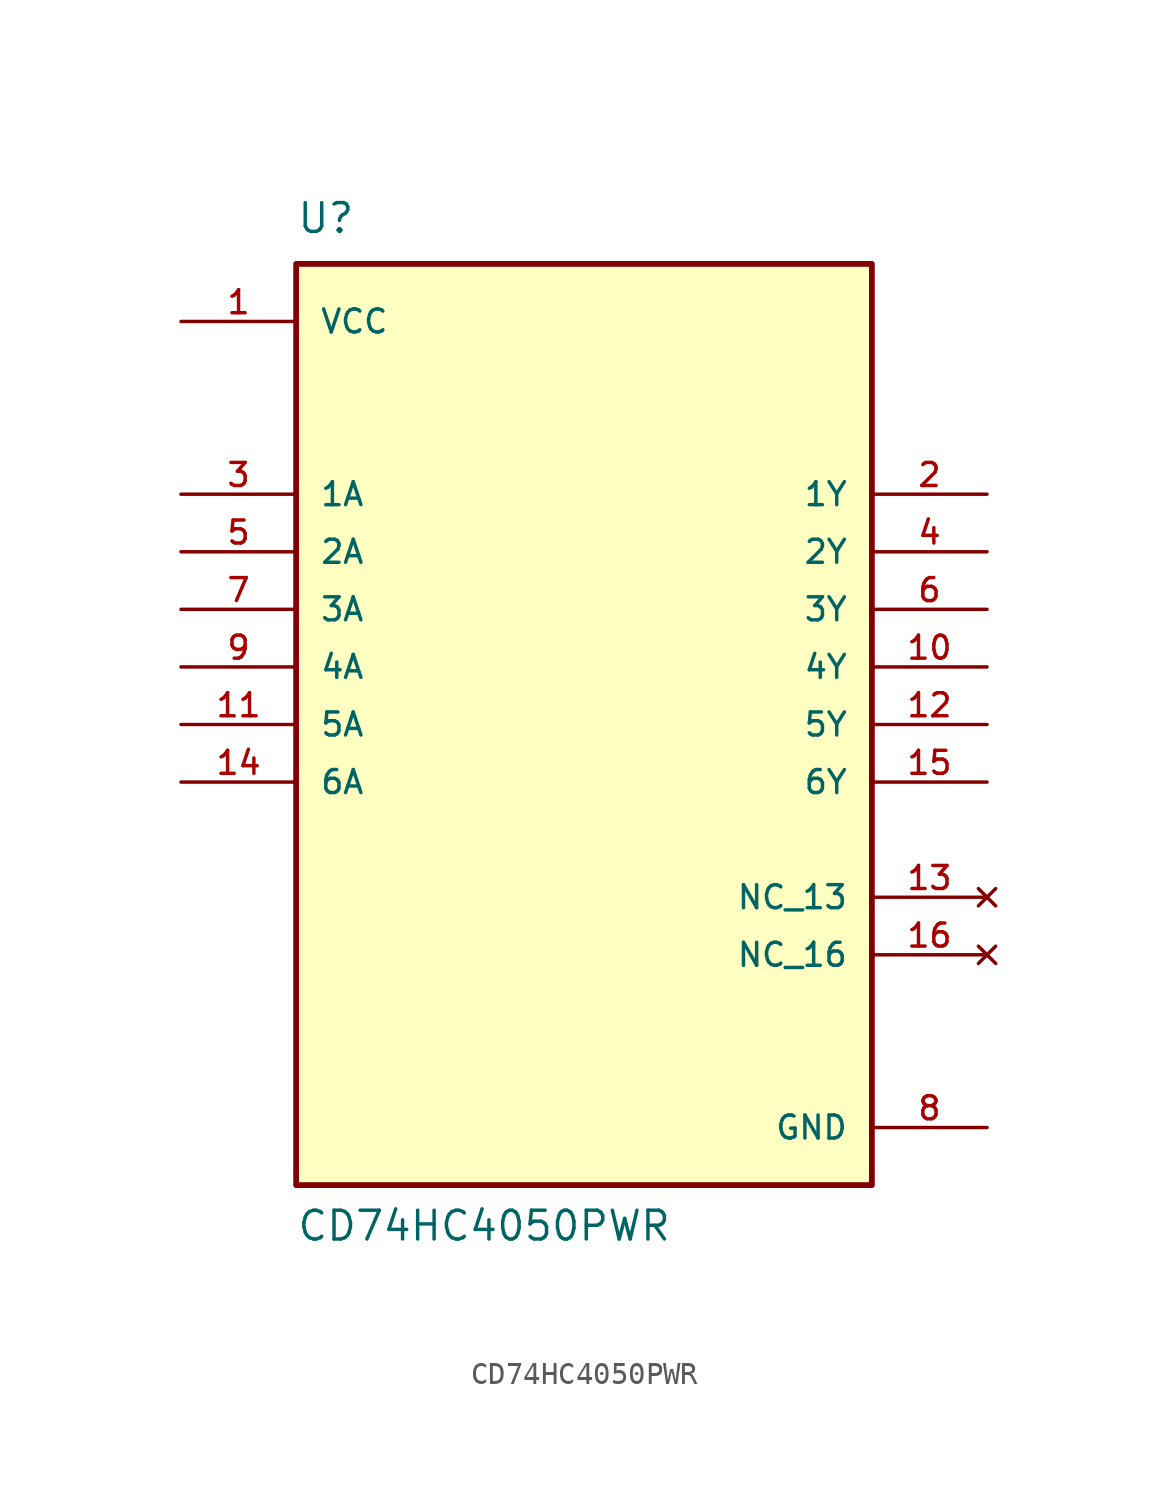
<source format=kicad_sym>
(kicad_symbol_lib
  (version 20211014)
  (generator kicad_symbol_editor)
  (symbol "CD74HC4050PWR"
    (pin_names
      (offset 1.016))
    (property "Reference" "U"
      (at -12.7 21.59 0.0)
      (effects (font (size 1.27 1.27)) (justify bottom left)))
    (property "Value" "CD74HC4050PWR"
      (at -12.7 -22.86 0.0)
      (effects (font (size 1.27 1.27)) (justify bottom left)))
    (symbol "CD74HC4050PWR_0_0"
      (rectangle (start -12.7 -20.32) (end 12.7 20.32) (stroke (width 0.254)) (fill (type background)))
      (pin input line (at -17.78 10.16 0) (length 5.08) (name "1A" (effects (font (size 1.016 1.016)))) (number "3" (effects (font (size 1.016 1.016)))))
      (pin output line (at 17.78 10.16 180.0) (length 5.08) (name "1Y" (effects (font (size 1.016 1.016)))) (number "2" (effects (font (size 1.016 1.016)))))
      (pin input line (at -17.78 7.62 0) (length 5.08) (name "2A" (effects (font (size 1.016 1.016)))) (number "5" (effects (font (size 1.016 1.016)))))
      (pin output line (at 17.78 7.62 180.0) (length 5.08) (name "2Y" (effects (font (size 1.016 1.016)))) (number "4" (effects (font (size 1.016 1.016)))))
      (pin input line (at -17.78 5.08 0) (length 5.08) (name "3A" (effects (font (size 1.016 1.016)))) (number "7" (effects (font (size 1.016 1.016)))))
      (pin output line (at 17.78 5.08 180.0) (length 5.08) (name "3Y" (effects (font (size 1.016 1.016)))) (number "6" (effects (font (size 1.016 1.016)))))
      (pin input line (at -17.78 2.54 0) (length 5.08) (name "4A" (effects (font (size 1.016 1.016)))) (number "9" (effects (font (size 1.016 1.016)))))
      (pin output line (at 17.78 2.54 180.0) (length 5.08) (name "4Y" (effects (font (size 1.016 1.016)))) (number "10" (effects (font (size 1.016 1.016)))))
      (pin output line (at 17.78 0.0 180.0) (length 5.08) (name "5Y" (effects (font (size 1.016 1.016)))) (number "12" (effects (font (size 1.016 1.016)))))
      (pin input line (at -17.78 -2.54 0) (length 5.08) (name "6A" (effects (font (size 1.016 1.016)))) (number "14" (effects (font (size 1.016 1.016)))))
      (pin output line (at 17.78 -2.54 180.0) (length 5.08) (name "6Y" (effects (font (size 1.016 1.016)))) (number "15" (effects (font (size 1.016 1.016)))))
      (pin power_in line (at -17.78 17.78 0) (length 5.08) (name "VCC" (effects (font (size 1.016 1.016)))) (number "1" (effects (font (size 1.016 1.016)))))
      (pin power_in line (at 17.78 -17.78 180.0) (length 5.08) (name "GND" (effects (font (size 1.016 1.016)))) (number "8" (effects (font (size 1.016 1.016)))))
      (pin input line (at -17.78 0.0 0) (length 5.08) (name "5A" (effects (font (size 1.016 1.016)))) (number "11" (effects (font (size 1.016 1.016)))))
      (pin no_connect line (at 17.78 -7.62 180.0) (length 5.08) (name "NC_13" (effects (font (size 1.016 1.016)))) (number "13" (effects (font (size 1.016 1.016)))))
      (pin no_connect line (at 17.78 -10.16 180.0) (length 5.08) (name "NC_16" (effects (font (size 1.016 1.016)))) (number "16" (effects (font (size 1.016 1.016))))))))
</source>
